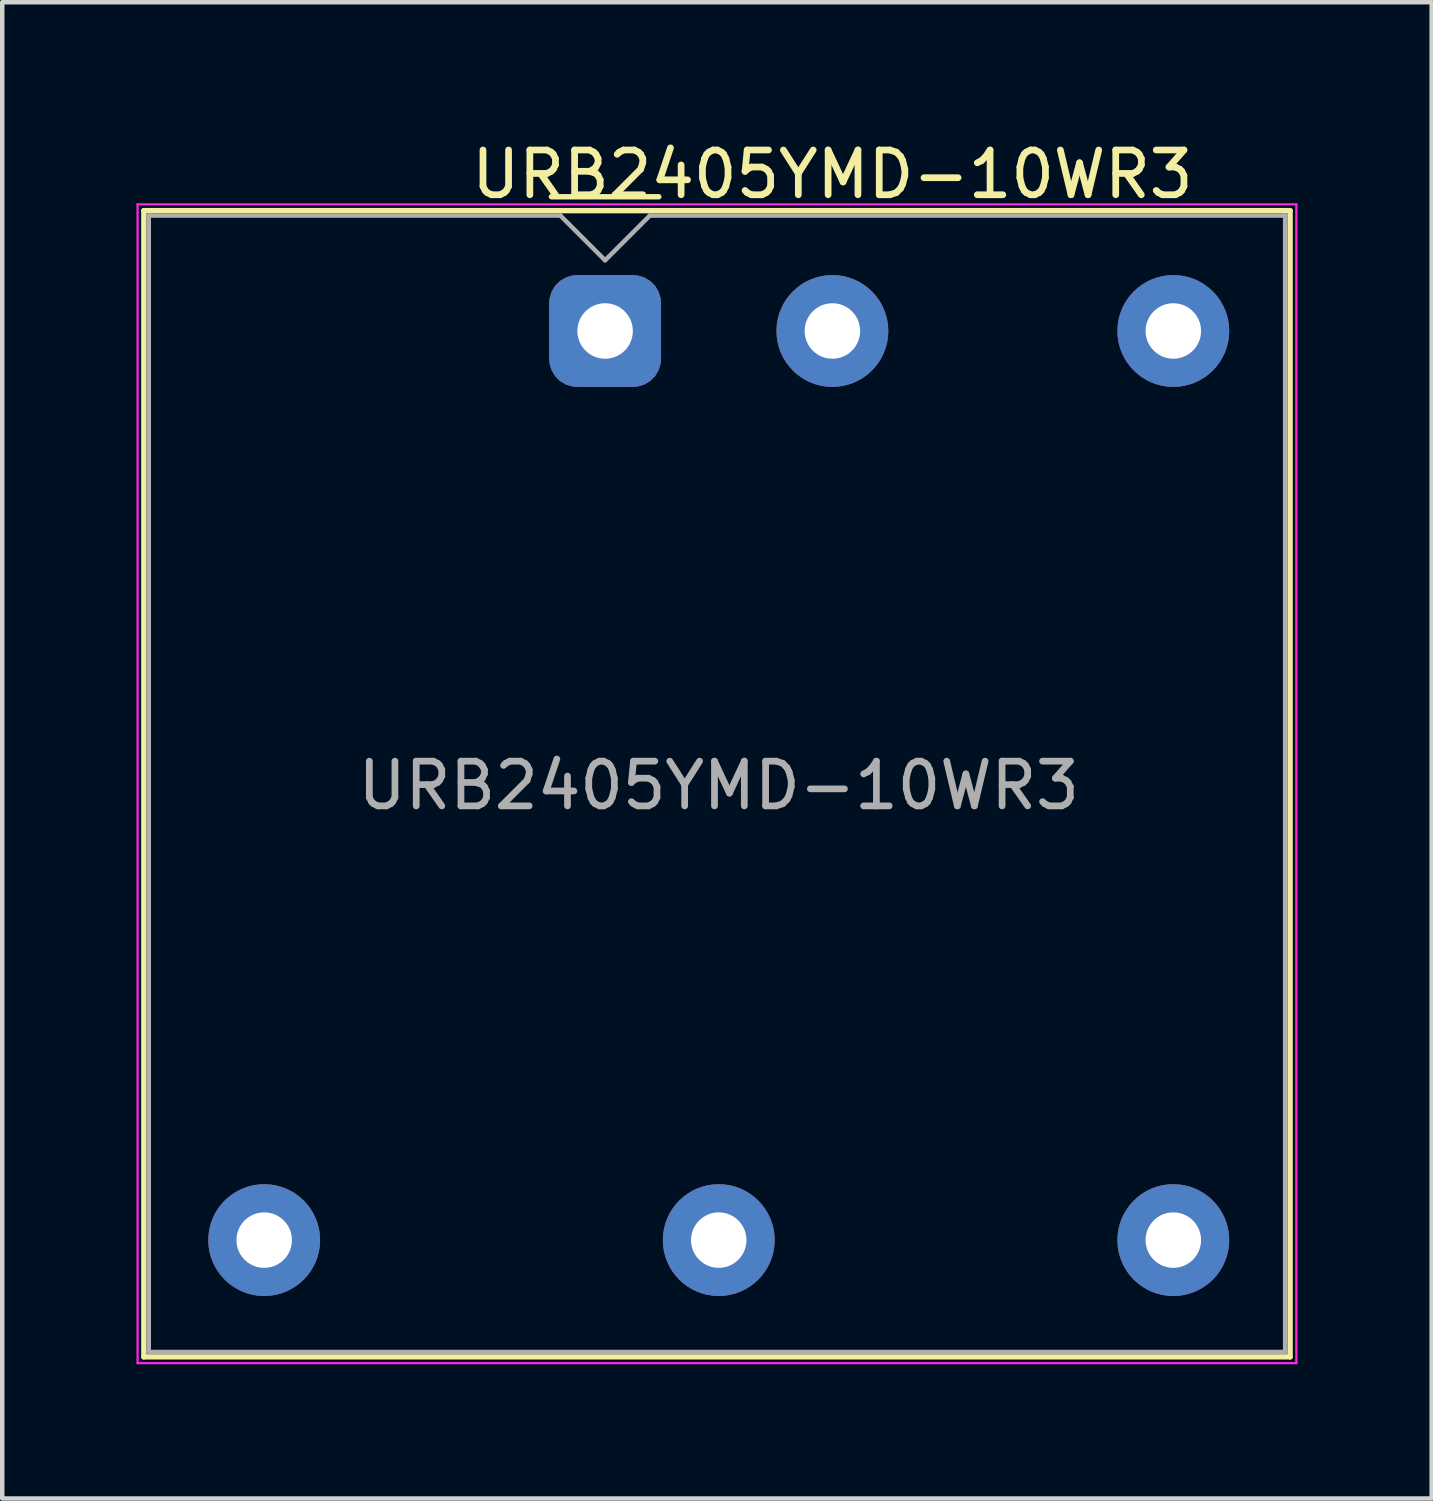
<source format=kicad_pcb>
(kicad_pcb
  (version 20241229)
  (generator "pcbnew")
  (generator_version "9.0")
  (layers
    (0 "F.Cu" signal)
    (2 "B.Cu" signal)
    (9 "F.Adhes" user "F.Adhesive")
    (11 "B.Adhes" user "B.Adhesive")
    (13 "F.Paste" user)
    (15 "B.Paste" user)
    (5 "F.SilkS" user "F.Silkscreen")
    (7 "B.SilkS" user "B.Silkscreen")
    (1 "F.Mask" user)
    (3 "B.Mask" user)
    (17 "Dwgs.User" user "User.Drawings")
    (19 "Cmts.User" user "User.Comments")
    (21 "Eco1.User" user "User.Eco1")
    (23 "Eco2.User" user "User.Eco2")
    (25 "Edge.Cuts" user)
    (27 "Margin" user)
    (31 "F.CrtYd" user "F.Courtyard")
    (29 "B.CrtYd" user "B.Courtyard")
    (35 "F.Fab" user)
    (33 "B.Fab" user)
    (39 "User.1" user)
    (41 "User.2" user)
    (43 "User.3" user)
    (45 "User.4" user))
  (footprint "URB2405YMD-10WR3"
    (layer "F.Cu")
    (at 10.475 4.348)
    (property "Reference" "URB2405YMD-10WR3" (at 5.08 -3.5 0) (unlocked yes) (layer "F.SilkS") (effects (font (size 1 1) (thickness 0.15))))
    (attr through_hole)
    (fp_line (start -10.31 -2.69) (end -10.31 22.93) (stroke (width 0.12) (type default)) (layer "F.SilkS"))
    (fp_line (start -10.31 -2.69) (end 15.31 -2.69) (stroke (width 0.12) (type default)) (layer "F.SilkS"))
    (fp_line (start -10.31 22.93) (end 15.31 22.93) (stroke (width 0.12) (type default)) (layer "F.SilkS"))
    (fp_line (start -1.2 -3) (end 1.2 -3) (stroke (width 0.12) (type default)) (layer "F.SilkS"))
    (fp_line (start 15.31 22.93) (end 15.31 -2.69) (stroke (width 0.12) (type default)) (layer "F.SilkS"))
    (fp_line (start -10.45 -2.83) (end -10.45 23.07) (stroke (width 0.05) (type default)) (layer "F.CrtYd"))
    (fp_line (start -10.45 -2.83) (end 15.45 -2.83) (stroke (width 0.05) (type default)) (layer "F.CrtYd"))
    (fp_line (start -10.45 23.07) (end 15.45 23.07) (stroke (width 0.05) (type default)) (layer "F.CrtYd"))
    (fp_line (start 15.45 -2.83) (end 15.45 23.07) (stroke (width 0.05) (type default)) (layer "F.CrtYd"))
    (fp_line (start -10.2 -2.58) (end -10.2 22.82) (stroke (width 0.1) (type default)) (layer "F.Fab"))
    (fp_line (start -10.2 -2.58) (end -1 -2.58) (stroke (width 0.1) (type default)) (layer "F.Fab"))
    (fp_line (start -10.2 22.82) (end 15.2 22.82) (stroke (width 0.1) (type default)) (layer "F.Fab"))
    (fp_line (start -1 -2.58) (end 0 -1.58) (stroke (width 0.1) (type default)) (layer "F.Fab"))
    (fp_line (start 1 -2.58) (end 0 -1.58) (stroke (width 0.1) (type default)) (layer "F.Fab"))
    (fp_line (start 1 -2.58) (end 15.2 -2.58) (stroke (width 0.1) (type default)) (layer "F.Fab"))
    (fp_line (start 15.2 -2.58) (end 15.2 22.82) (stroke (width 0.1) (type default)) (layer "F.Fab"))
    (fp_text user "${REFERENCE}" (at 2.54 10.16 0) (unlocked yes) (layer "F.Fab") (effects (font (size 1 1) (thickness 0.15))))
    (pad "1" thru_hole circle (at 5.08 0) (size 2.5 2.5) (drill 1.24) (layers "*.Cu" "*.Mask"))
    (pad "2" thru_hole roundrect (at 0 0 90) (size 2.5 2.5) (drill 1.24) (layers "*.Cu" "*.Mask") (roundrect_rratio 0.25))
    (pad "3" thru_hole circle (at -7.62 20.32) (size 2.5 2.5) (drill 1.24) (layers "*.Cu" "*.Mask"))
    (pad "4" thru_hole circle (at 2.54 20.32) (size 2.5 2.5) (drill 1.24) (layers "*.Cu" "*.Mask"))
    (pad "5" thru_hole circle (at 12.7 20.32) (size 2.5 2.5) (drill 1.24) (layers "*.Cu" "*.Mask"))
    (pad "6" thru_hole circle (at 12.7 0) (size 2.5 2.5) (drill 1.24) (layers "*.Cu" "*.Mask")))
  (gr_rect
    (start -3 -3)
    (end 28.95 30.443)
    (stroke (width 0.1) (type default))
    (fill no)
    (layer "Edge.Cuts")))
</source>
